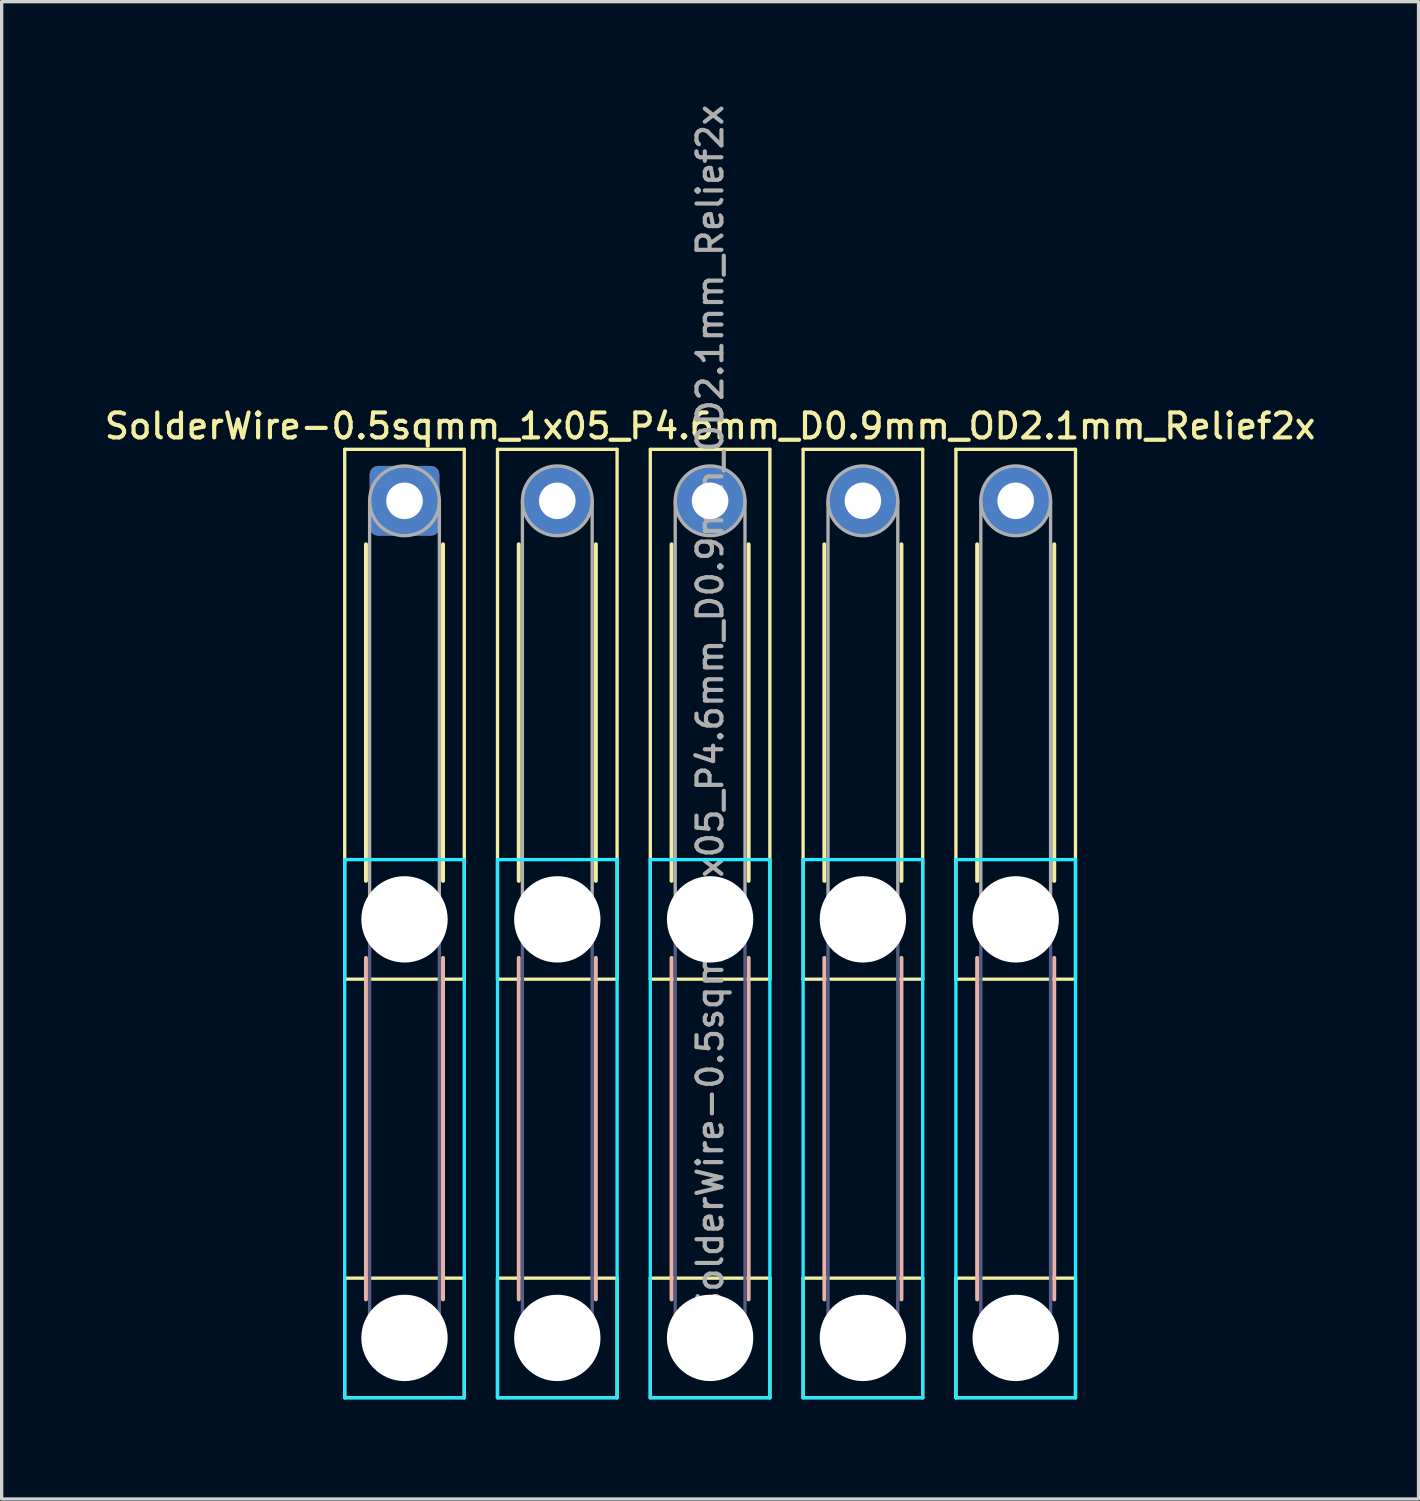
<source format=kicad_pcb>
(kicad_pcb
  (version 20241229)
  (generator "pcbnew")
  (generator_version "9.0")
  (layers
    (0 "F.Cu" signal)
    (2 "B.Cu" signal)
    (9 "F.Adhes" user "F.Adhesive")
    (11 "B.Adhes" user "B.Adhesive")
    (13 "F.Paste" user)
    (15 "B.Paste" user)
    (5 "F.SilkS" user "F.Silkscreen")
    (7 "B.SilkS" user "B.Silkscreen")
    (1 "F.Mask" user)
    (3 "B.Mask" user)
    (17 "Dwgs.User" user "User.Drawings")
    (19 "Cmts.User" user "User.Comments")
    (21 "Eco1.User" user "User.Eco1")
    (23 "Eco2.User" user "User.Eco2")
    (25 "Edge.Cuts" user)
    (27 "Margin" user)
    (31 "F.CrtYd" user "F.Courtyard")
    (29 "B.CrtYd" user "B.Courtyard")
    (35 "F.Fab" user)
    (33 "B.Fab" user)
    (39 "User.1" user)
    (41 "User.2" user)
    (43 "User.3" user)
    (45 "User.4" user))
  (footprint "SolderWire-0.5sqmm_1x05_P4.6mm_D0.9mm_OD2.1mm_Relief2x"
    (layer "F.Cu")
    (at 9.127 12.027)
    (property "Reference" "SolderWire-0.5sqmm_1x05_P4.6mm_D0.9mm_OD2.1mm_Relief2x" (at 9.2 -2.25 0) (layer "F.SilkS") (effects (font (size 0.75 0.75) (thickness 0.125))))
    (attr exclude_from_pos_files exclude_from_bom)
    (fp_line (start -1.8 -1.55) (end -1.8 14.4) (stroke (width 0.1) (type solid)) (layer "F.SilkS"))
    (fp_line (start -1.8 14.4) (end 1.8 14.4) (stroke (width 0.1) (type solid)) (layer "F.SilkS"))
    (fp_line (start -1.8 23.4) (end -1.8 27) (stroke (width 0.1) (type solid)) (layer "F.SilkS"))
    (fp_line (start -1.8 27) (end 1.8 27) (stroke (width 0.1) (type solid)) (layer "F.SilkS"))
    (fp_line (start -1.16 1.31) (end -1.16 11.44) (stroke (width 0.12) (type solid)) (layer "F.SilkS"))
    (fp_line (start 1.16 1.31) (end 1.16 11.44) (stroke (width 0.12) (type solid)) (layer "F.SilkS"))
    (fp_line (start 1.8 -1.55) (end -1.8 -1.55) (stroke (width 0.1) (type solid)) (layer "F.SilkS"))
    (fp_line (start 1.8 14.4) (end 1.8 -1.55) (stroke (width 0.1) (type solid)) (layer "F.SilkS"))
    (fp_line (start 1.8 23.4) (end -1.8 23.4) (stroke (width 0.1) (type solid)) (layer "F.SilkS"))
    (fp_line (start 1.8 27) (end 1.8 23.4) (stroke (width 0.1) (type solid)) (layer "F.SilkS"))
    (fp_line (start 2.8 -1.55) (end 2.8 14.4) (stroke (width 0.1) (type solid)) (layer "F.SilkS"))
    (fp_line (start 2.8 14.4) (end 6.4 14.4) (stroke (width 0.1) (type solid)) (layer "F.SilkS"))
    (fp_line (start 2.8 23.4) (end 2.8 27) (stroke (width 0.1) (type solid)) (layer "F.SilkS"))
    (fp_line (start 2.8 27) (end 6.4 27) (stroke (width 0.1) (type solid)) (layer "F.SilkS"))
    (fp_line (start 3.44 1.31) (end 3.44 11.44) (stroke (width 0.12) (type solid)) (layer "F.SilkS"))
    (fp_line (start 5.76 1.31) (end 5.76 11.44) (stroke (width 0.12) (type solid)) (layer "F.SilkS"))
    (fp_line (start 6.4 -1.55) (end 2.8 -1.55) (stroke (width 0.1) (type solid)) (layer "F.SilkS"))
    (fp_line (start 6.4 14.4) (end 6.4 -1.55) (stroke (width 0.1) (type solid)) (layer "F.SilkS"))
    (fp_line (start 6.4 23.4) (end 2.8 23.4) (stroke (width 0.1) (type solid)) (layer "F.SilkS"))
    (fp_line (start 6.4 27) (end 6.4 23.4) (stroke (width 0.1) (type solid)) (layer "F.SilkS"))
    (fp_line (start 7.4 -1.55) (end 7.4 14.4) (stroke (width 0.1) (type solid)) (layer "F.SilkS"))
    (fp_line (start 7.4 14.4) (end 11 14.4) (stroke (width 0.1) (type solid)) (layer "F.SilkS"))
    (fp_line (start 7.4 23.4) (end 7.4 27) (stroke (width 0.1) (type solid)) (layer "F.SilkS"))
    (fp_line (start 7.4 27) (end 11 27) (stroke (width 0.1) (type solid)) (layer "F.SilkS"))
    (fp_line (start 8.04 1.31) (end 8.04 11.44) (stroke (width 0.12) (type solid)) (layer "F.SilkS"))
    (fp_line (start 10.36 1.31) (end 10.36 11.44) (stroke (width 0.12) (type solid)) (layer "F.SilkS"))
    (fp_line (start 11 -1.55) (end 7.4 -1.55) (stroke (width 0.1) (type solid)) (layer "F.SilkS"))
    (fp_line (start 11 14.4) (end 11 -1.55) (stroke (width 0.1) (type solid)) (layer "F.SilkS"))
    (fp_line (start 11 23.4) (end 7.4 23.4) (stroke (width 0.1) (type solid)) (layer "F.SilkS"))
    (fp_line (start 11 27) (end 11 23.4) (stroke (width 0.1) (type solid)) (layer "F.SilkS"))
    (fp_line (start 12 -1.55) (end 12 14.4) (stroke (width 0.1) (type solid)) (layer "F.SilkS"))
    (fp_line (start 12 14.4) (end 15.6 14.4) (stroke (width 0.1) (type solid)) (layer "F.SilkS"))
    (fp_line (start 12 23.4) (end 12 27) (stroke (width 0.1) (type solid)) (layer "F.SilkS"))
    (fp_line (start 12 27) (end 15.6 27) (stroke (width 0.1) (type solid)) (layer "F.SilkS"))
    (fp_line (start 12.64 1.31) (end 12.64 11.44) (stroke (width 0.12) (type solid)) (layer "F.SilkS"))
    (fp_line (start 14.96 1.31) (end 14.96 11.44) (stroke (width 0.12) (type solid)) (layer "F.SilkS"))
    (fp_line (start 15.6 -1.55) (end 12 -1.55) (stroke (width 0.1) (type solid)) (layer "F.SilkS"))
    (fp_line (start 15.6 14.4) (end 15.6 -1.55) (stroke (width 0.1) (type solid)) (layer "F.SilkS"))
    (fp_line (start 15.6 23.4) (end 12 23.4) (stroke (width 0.1) (type solid)) (layer "F.SilkS"))
    (fp_line (start 15.6 27) (end 15.6 23.4) (stroke (width 0.1) (type solid)) (layer "F.SilkS"))
    (fp_line (start 16.6 -1.55) (end 16.6 14.4) (stroke (width 0.1) (type solid)) (layer "F.SilkS"))
    (fp_line (start 16.6 14.4) (end 20.2 14.4) (stroke (width 0.1) (type solid)) (layer "F.SilkS"))
    (fp_line (start 16.6 23.4) (end 16.6 27) (stroke (width 0.1) (type solid)) (layer "F.SilkS"))
    (fp_line (start 16.6 27) (end 20.2 27) (stroke (width 0.1) (type solid)) (layer "F.SilkS"))
    (fp_line (start 17.24 1.31) (end 17.24 11.44) (stroke (width 0.12) (type solid)) (layer "F.SilkS"))
    (fp_line (start 19.56 1.31) (end 19.56 11.44) (stroke (width 0.12) (type solid)) (layer "F.SilkS"))
    (fp_line (start 20.2 -1.55) (end 16.6 -1.55) (stroke (width 0.1) (type solid)) (layer "F.SilkS"))
    (fp_line (start 20.2 14.4) (end 20.2 -1.55) (stroke (width 0.1) (type solid)) (layer "F.SilkS"))
    (fp_line (start 20.2 23.4) (end 16.6 23.4) (stroke (width 0.1) (type solid)) (layer "F.SilkS"))
    (fp_line (start 20.2 27) (end 20.2 23.4) (stroke (width 0.1) (type solid)) (layer "F.SilkS"))
    (fp_line (start -1.16 13.76) (end -1.16 24.04) (stroke (width 0.12) (type solid)) (layer "B.SilkS"))
    (fp_line (start 1.16 13.76) (end 1.16 24.04) (stroke (width 0.12) (type solid)) (layer "B.SilkS"))
    (fp_line (start 3.44 13.76) (end 3.44 24.04) (stroke (width 0.12) (type solid)) (layer "B.SilkS"))
    (fp_line (start 5.76 13.76) (end 5.76 24.04) (stroke (width 0.12) (type solid)) (layer "B.SilkS"))
    (fp_line (start 8.04 13.76) (end 8.04 24.04) (stroke (width 0.12) (type solid)) (layer "B.SilkS"))
    (fp_line (start 10.36 13.76) (end 10.36 24.04) (stroke (width 0.12) (type solid)) (layer "B.SilkS"))
    (fp_line (start 12.64 13.76) (end 12.64 24.04) (stroke (width 0.12) (type solid)) (layer "B.SilkS"))
    (fp_line (start 14.96 13.76) (end 14.96 24.04) (stroke (width 0.12) (type solid)) (layer "B.SilkS"))
    (fp_line (start 17.24 13.76) (end 17.24 24.04) (stroke (width 0.12) (type solid)) (layer "B.SilkS"))
    (fp_line (start 19.56 13.76) (end 19.56 24.04) (stroke (width 0.12) (type solid)) (layer "B.SilkS"))
    (fp_line (start -1.8 10.8) (end -1.8 27) (stroke (width 0.1) (type solid)) (layer "B.CrtYd"))
    (fp_line (start -1.8 27) (end 1.8 27) (stroke (width 0.1) (type solid)) (layer "B.CrtYd"))
    (fp_line (start 1.8 10.8) (end -1.8 10.8) (stroke (width 0.1) (type solid)) (layer "B.CrtYd"))
    (fp_line (start 1.8 27) (end 1.8 10.8) (stroke (width 0.1) (type solid)) (layer "B.CrtYd"))
    (fp_line (start 2.8 10.8) (end 2.8 27) (stroke (width 0.1) (type solid)) (layer "B.CrtYd"))
    (fp_line (start 2.8 27) (end 6.4 27) (stroke (width 0.1) (type solid)) (layer "B.CrtYd"))
    (fp_line (start 6.4 10.8) (end 2.8 10.8) (stroke (width 0.1) (type solid)) (layer "B.CrtYd"))
    (fp_line (start 6.4 27) (end 6.4 10.8) (stroke (width 0.1) (type solid)) (layer "B.CrtYd"))
    (fp_line (start 7.4 10.8) (end 7.4 27) (stroke (width 0.1) (type solid)) (layer "B.CrtYd"))
    (fp_line (start 7.4 27) (end 11 27) (stroke (width 0.1) (type solid)) (layer "B.CrtYd"))
    (fp_line (start 11 10.8) (end 7.4 10.8) (stroke (width 0.1) (type solid)) (layer "B.CrtYd"))
    (fp_line (start 11 27) (end 11 10.8) (stroke (width 0.1) (type solid)) (layer "B.CrtYd"))
    (fp_line (start 12 10.8) (end 12 27) (stroke (width 0.1) (type solid)) (layer "B.CrtYd"))
    (fp_line (start 12 27) (end 15.6 27) (stroke (width 0.1) (type solid)) (layer "B.CrtYd"))
    (fp_line (start 15.6 10.8) (end 12 10.8) (stroke (width 0.1) (type solid)) (layer "B.CrtYd"))
    (fp_line (start 15.6 27) (end 15.6 10.8) (stroke (width 0.1) (type solid)) (layer "B.CrtYd"))
    (fp_line (start 16.6 10.8) (end 16.6 27) (stroke (width 0.1) (type solid)) (layer "B.CrtYd"))
    (fp_line (start 16.6 27) (end 20.2 27) (stroke (width 0.1) (type solid)) (layer "B.CrtYd"))
    (fp_line (start 20.2 10.8) (end 16.6 10.8) (stroke (width 0.1) (type solid)) (layer "B.CrtYd"))
    (fp_line (start 20.2 27) (end 20.2 10.8) (stroke (width 0.1) (type solid)) (layer "B.CrtYd"))
    (fp_line (start -1.05 12.6) (end -1.05 25.2) (stroke (width 0.1) (type solid)) (layer "B.Fab"))
    (fp_line (start 1.05 12.6) (end 1.05 25.2) (stroke (width 0.1) (type solid)) (layer "B.Fab"))
    (fp_line (start 3.55 12.6) (end 3.55 25.2) (stroke (width 0.1) (type solid)) (layer "B.Fab"))
    (fp_line (start 5.65 12.6) (end 5.65 25.2) (stroke (width 0.1) (type solid)) (layer "B.Fab"))
    (fp_line (start 8.15 12.6) (end 8.15 25.2) (stroke (width 0.1) (type solid)) (layer "B.Fab"))
    (fp_line (start 10.25 12.6) (end 10.25 25.2) (stroke (width 0.1) (type solid)) (layer "B.Fab"))
    (fp_line (start 12.75 12.6) (end 12.75 25.2) (stroke (width 0.1) (type solid)) (layer "B.Fab"))
    (fp_line (start 14.85 12.6) (end 14.85 25.2) (stroke (width 0.1) (type solid)) (layer "B.Fab"))
    (fp_line (start 17.35 12.6) (end 17.35 25.2) (stroke (width 0.1) (type solid)) (layer "B.Fab"))
    (fp_line (start 19.45 12.6) (end 19.45 25.2) (stroke (width 0.1) (type solid)) (layer "B.Fab"))
    (fp_circle (center 0 12.6) (end 1.05 12.6) (stroke (width 0.1) (type solid)) (fill no) (layer "B.Fab"))
    (fp_circle (center 0 25.2) (end 1.05 25.2) (stroke (width 0.1) (type solid)) (fill no) (layer "B.Fab"))
    (fp_circle (center 4.6 12.6) (end 5.65 12.6) (stroke (width 0.1) (type solid)) (fill no) (layer "B.Fab"))
    (fp_circle (center 4.6 25.2) (end 5.65 25.2) (stroke (width 0.1) (type solid)) (fill no) (layer "B.Fab"))
    (fp_circle (center 9.2 12.6) (end 10.25 12.6) (stroke (width 0.1) (type solid)) (fill no) (layer "B.Fab"))
    (fp_circle (center 9.2 25.2) (end 10.25 25.2) (stroke (width 0.1) (type solid)) (fill no) (layer "B.Fab"))
    (fp_circle (center 13.8 12.6) (end 14.85 12.6) (stroke (width 0.1) (type solid)) (fill no) (layer "B.Fab"))
    (fp_circle (center 13.8 25.2) (end 14.85 25.2) (stroke (width 0.1) (type solid)) (fill no) (layer "B.Fab"))
    (fp_circle (center 18.4 12.6) (end 19.45 12.6) (stroke (width 0.1) (type solid)) (fill no) (layer "B.Fab"))
    (fp_circle (center 18.4 25.2) (end 19.45 25.2) (stroke (width 0.1) (type solid)) (fill no) (layer "B.Fab"))
    (fp_line (start -1.05 0) (end -1.05 12.6) (stroke (width 0.1) (type solid)) (layer "F.Fab"))
    (fp_line (start 1.05 0) (end 1.05 12.6) (stroke (width 0.1) (type solid)) (layer "F.Fab"))
    (fp_line (start 3.55 0) (end 3.55 12.6) (stroke (width 0.1) (type solid)) (layer "F.Fab"))
    (fp_line (start 5.65 0) (end 5.65 12.6) (stroke (width 0.1) (type solid)) (layer "F.Fab"))
    (fp_line (start 8.15 0) (end 8.15 12.6) (stroke (width 0.1) (type solid)) (layer "F.Fab"))
    (fp_line (start 10.25 0) (end 10.25 12.6) (stroke (width 0.1) (type solid)) (layer "F.Fab"))
    (fp_line (start 12.75 0) (end 12.75 12.6) (stroke (width 0.1) (type solid)) (layer "F.Fab"))
    (fp_line (start 14.85 0) (end 14.85 12.6) (stroke (width 0.1) (type solid)) (layer "F.Fab"))
    (fp_line (start 17.35 0) (end 17.35 12.6) (stroke (width 0.1) (type solid)) (layer "F.Fab"))
    (fp_line (start 19.45 0) (end 19.45 12.6) (stroke (width 0.1) (type solid)) (layer "F.Fab"))
    (fp_circle (center 0 0) (end 1.05 0) (stroke (width 0.1) (type solid)) (fill no) (layer "F.Fab"))
    (fp_circle (center 0 12.6) (end 1.05 12.6) (stroke (width 0.1) (type solid)) (fill no) (layer "F.Fab"))
    (fp_circle (center 0 25.2) (end 1.05 25.2) (stroke (width 0.1) (type solid)) (fill no) (layer "F.Fab"))
    (fp_circle (center 4.6 0) (end 5.65 0) (stroke (width 0.1) (type solid)) (fill no) (layer "F.Fab"))
    (fp_circle (center 4.6 12.6) (end 5.65 12.6) (stroke (width 0.1) (type solid)) (fill no) (layer "F.Fab"))
    (fp_circle (center 4.6 25.2) (end 5.65 25.2) (stroke (width 0.1) (type solid)) (fill no) (layer "F.Fab"))
    (fp_circle (center 9.2 0) (end 10.25 0) (stroke (width 0.1) (type solid)) (fill no) (layer "F.Fab"))
    (fp_circle (center 9.2 12.6) (end 10.25 12.6) (stroke (width 0.1) (type solid)) (fill no) (layer "F.Fab"))
    (fp_circle (center 9.2 25.2) (end 10.25 25.2) (stroke (width 0.1) (type solid)) (fill no) (layer "F.Fab"))
    (fp_circle (center 13.8 0) (end 14.85 0) (stroke (width 0.1) (type solid)) (fill no) (layer "F.Fab"))
    (fp_circle (center 13.8 12.6) (end 14.85 12.6) (stroke (width 0.1) (type solid)) (fill no) (layer "F.Fab"))
    (fp_circle (center 13.8 25.2) (end 14.85 25.2) (stroke (width 0.1) (type solid)) (fill no) (layer "F.Fab"))
    (fp_circle (center 18.4 0) (end 19.45 0) (stroke (width 0.1) (type solid)) (fill no) (layer "F.Fab"))
    (fp_circle (center 18.4 12.6) (end 19.45 12.6) (stroke (width 0.1) (type solid)) (fill no) (layer "F.Fab"))
    (fp_circle (center 18.4 25.2) (end 19.45 25.2) (stroke (width 0.1) (type solid)) (fill no) (layer "F.Fab"))
    (fp_text user "${REFERENCE}" (at 9.2 6.3 90) (layer "F.Fab") (effects (font (size 0.75 0.75) (thickness 0.125))))
    (pad "" np_thru_hole circle (at 0 12.6) (size 2.6 2.6) (drill 2.6) (layers "*.Cu" "*.Mask"))
    (pad "" np_thru_hole circle (at 0 25.2) (size 2.6 2.6) (drill 2.6) (layers "*.Cu" "*.Mask"))
    (pad "" np_thru_hole circle (at 4.6 12.6) (size 2.6 2.6) (drill 2.6) (layers "*.Cu" "*.Mask"))
    (pad "" np_thru_hole circle (at 4.6 25.2) (size 2.6 2.6) (drill 2.6) (layers "*.Cu" "*.Mask"))
    (pad "" np_thru_hole circle (at 9.2 12.6) (size 2.6 2.6) (drill 2.6) (layers "*.Cu" "*.Mask"))
    (pad "" np_thru_hole circle (at 9.2 25.2) (size 2.6 2.6) (drill 2.6) (layers "*.Cu" "*.Mask"))
    (pad "" np_thru_hole circle (at 13.8 12.6) (size 2.6 2.6) (drill 2.6) (layers "*.Cu" "*.Mask"))
    (pad "" np_thru_hole circle (at 13.8 25.2) (size 2.6 2.6) (drill 2.6) (layers "*.Cu" "*.Mask"))
    (pad "" np_thru_hole circle (at 18.4 12.6) (size 2.6 2.6) (drill 2.6) (layers "*.Cu" "*.Mask"))
    (pad "" np_thru_hole circle (at 18.4 25.2) (size 2.6 2.6) (drill 2.6) (layers "*.Cu" "*.Mask"))
    (pad "1" thru_hole roundrect (at 0 0) (size 2.1 2.1) (drill 1.1) (layers "*.Cu" "*.Mask") (roundrect_rratio 0.119))
    (pad "2" thru_hole circle (at 4.6 0) (size 2.1 2.1) (drill 1.1) (layers "*.Cu" "*.Mask"))
    (pad "3" thru_hole circle (at 9.2 0) (size 2.1 2.1) (drill 1.1) (layers "*.Cu" "*.Mask"))
    (pad "4" thru_hole circle (at 13.8 0) (size 2.1 2.1) (drill 1.1) (layers "*.Cu" "*.Mask"))
    (pad "5" thru_hole circle (at 18.4 0) (size 2.1 2.1) (drill 1.1) (layers "*.Cu" "*.Mask")))
  (gr_rect
    (start -3 -3)
    (end 39.654 42.077)
    (stroke (width 0.1) (type default))
    (fill no)
    (layer "Edge.Cuts")))
</source>
